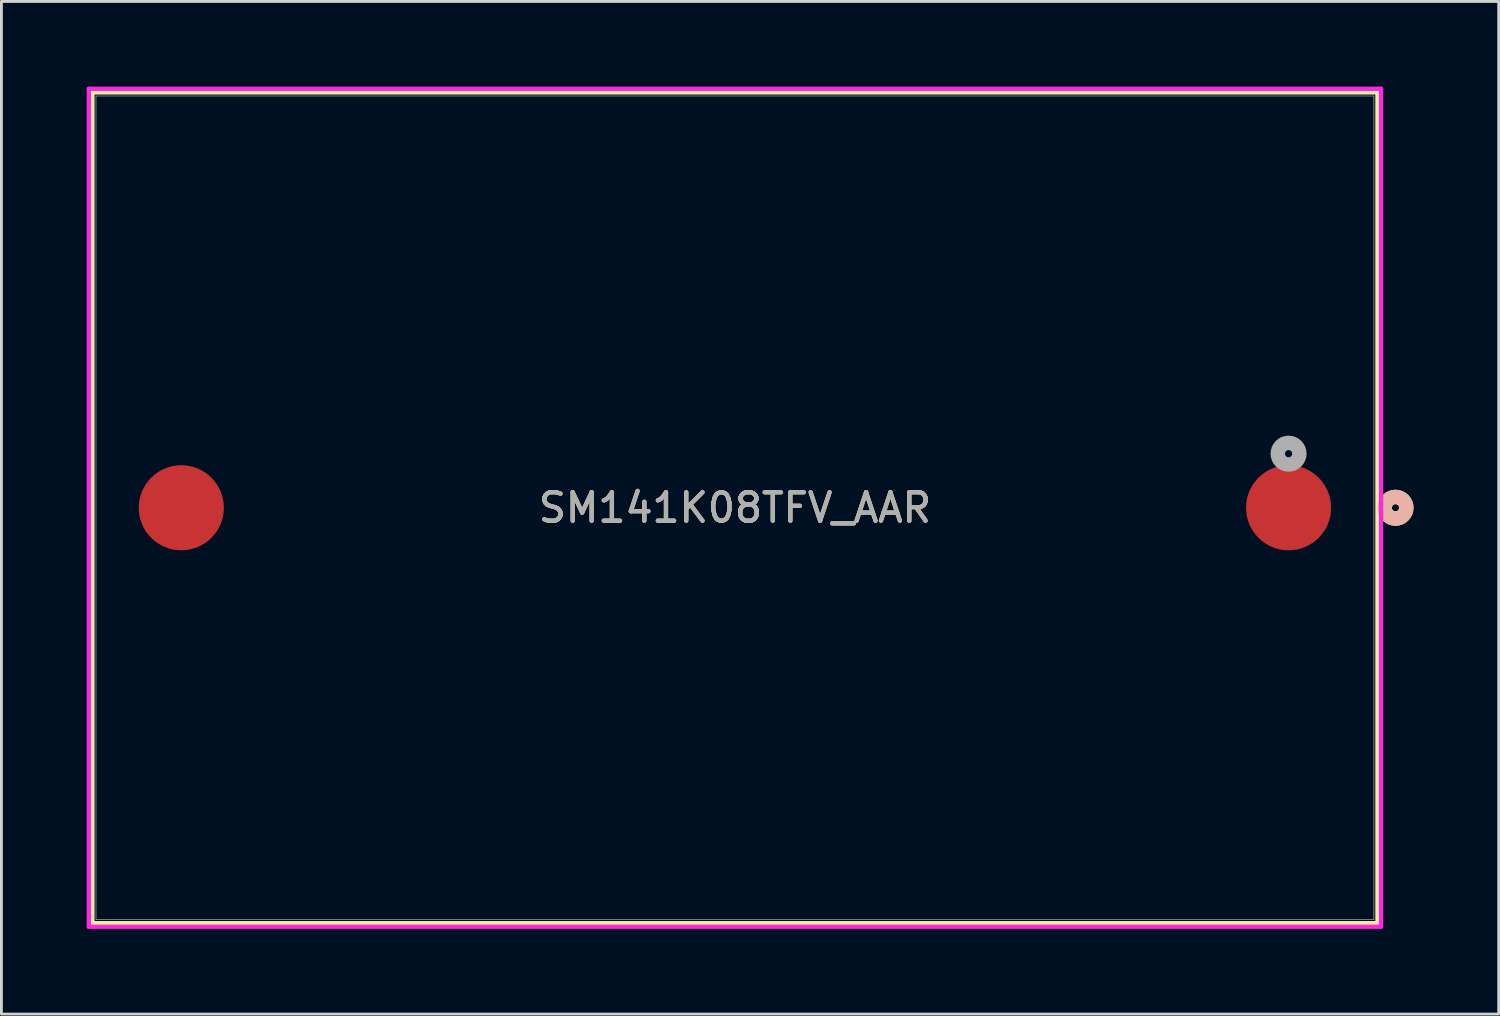
<source format=kicad_pcb>
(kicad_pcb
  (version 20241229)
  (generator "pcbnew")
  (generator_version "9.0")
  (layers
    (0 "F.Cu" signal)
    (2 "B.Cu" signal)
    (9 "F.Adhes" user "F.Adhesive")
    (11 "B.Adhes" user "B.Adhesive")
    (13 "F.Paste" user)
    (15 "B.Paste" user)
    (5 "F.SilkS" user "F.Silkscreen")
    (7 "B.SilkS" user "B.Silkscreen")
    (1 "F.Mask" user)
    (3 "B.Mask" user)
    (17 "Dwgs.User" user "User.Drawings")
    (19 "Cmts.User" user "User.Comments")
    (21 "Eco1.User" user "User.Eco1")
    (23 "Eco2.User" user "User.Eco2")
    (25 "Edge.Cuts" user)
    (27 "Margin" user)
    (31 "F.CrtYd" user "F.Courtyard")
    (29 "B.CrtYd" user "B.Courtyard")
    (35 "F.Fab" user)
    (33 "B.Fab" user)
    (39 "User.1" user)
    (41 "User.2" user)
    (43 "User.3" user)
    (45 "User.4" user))
  (footprint "SM141K08TFV_AAR"
    (layer "F.Cu")
    (at 22.835 14.834)
    (property "Reference" "SM141K08TFV_AAR" (at 0 0 0) (unlocked yes) (layer "F.SilkS") (effects (font (size 1 1) (thickness 0.15))))
    (attr smd)
    (fp_line (start -22.631 -14.63) (end -22.631 14.63) (stroke (width 0.152) (type solid)) (layer "F.SilkS"))
    (fp_line (start -22.631 14.63) (end 22.631 14.63) (stroke (width 0.152) (type solid)) (layer "F.SilkS"))
    (fp_line (start 22.631 -14.63) (end -22.631 -14.63) (stroke (width 0.152) (type solid)) (layer "F.SilkS"))
    (fp_line (start 22.631 14.63) (end 22.631 -14.63) (stroke (width 0.152) (type solid)) (layer "F.SilkS"))
    (fp_circle (center 23.266 0) (end 23.647 0) (stroke (width 0.508) (type solid)) (fill no) (layer "F.SilkS"))
    (fp_circle (center 23.266 0) (end 23.647 0) (stroke (width 0.508) (type solid)) (fill no) (layer "B.SilkS"))
    (fp_line (start -22.758 -14.757) (end -22.758 14.757) (stroke (width 0.152) (type solid)) (layer "F.CrtYd"))
    (fp_line (start -22.758 14.757) (end 22.758 14.757) (stroke (width 0.152) (type solid)) (layer "F.CrtYd"))
    (fp_line (start 22.758 -14.757) (end -22.758 -14.757) (stroke (width 0.152) (type solid)) (layer "F.CrtYd"))
    (fp_line (start 22.758 14.757) (end 22.758 -14.757) (stroke (width 0.152) (type solid)) (layer "F.CrtYd"))
    (fp_line (start -22.504 -14.503) (end -22.504 14.503) (stroke (width 0.025) (type solid)) (layer "F.Fab"))
    (fp_line (start -22.504 14.503) (end 22.504 14.503) (stroke (width 0.025) (type solid)) (layer "F.Fab"))
    (fp_line (start 22.504 -14.503) (end -22.504 -14.503) (stroke (width 0.025) (type solid)) (layer "F.Fab"))
    (fp_line (start 22.504 14.503) (end 22.504 -14.503) (stroke (width 0.025) (type solid)) (layer "F.Fab"))
    (fp_circle (center 19.5 -1.905) (end 19.881 -1.905) (stroke (width 0.508) (type solid)) (fill no) (layer "F.Fab"))
    (fp_text user "${REFERENCE}" (at 0 0 0) (unlocked yes) (layer "F.Fab") (effects (font (size 1 1) (thickness 0.15))))
    (pad "1" smd circle (at 19.5 0) (size 2.997 2.997) (layers "F.Cu" "F.Mask" "F.Paste"))
    (pad "2" smd circle (at -19.5 0) (size 2.997 2.997) (layers "F.Cu" "F.Mask" "F.Paste")))
  (gr_rect
    (start -3 -3)
    (end 49.736 32.667)
    (stroke (width 0.1) (type default))
    (fill no)
    (layer "Edge.Cuts")))
</source>
